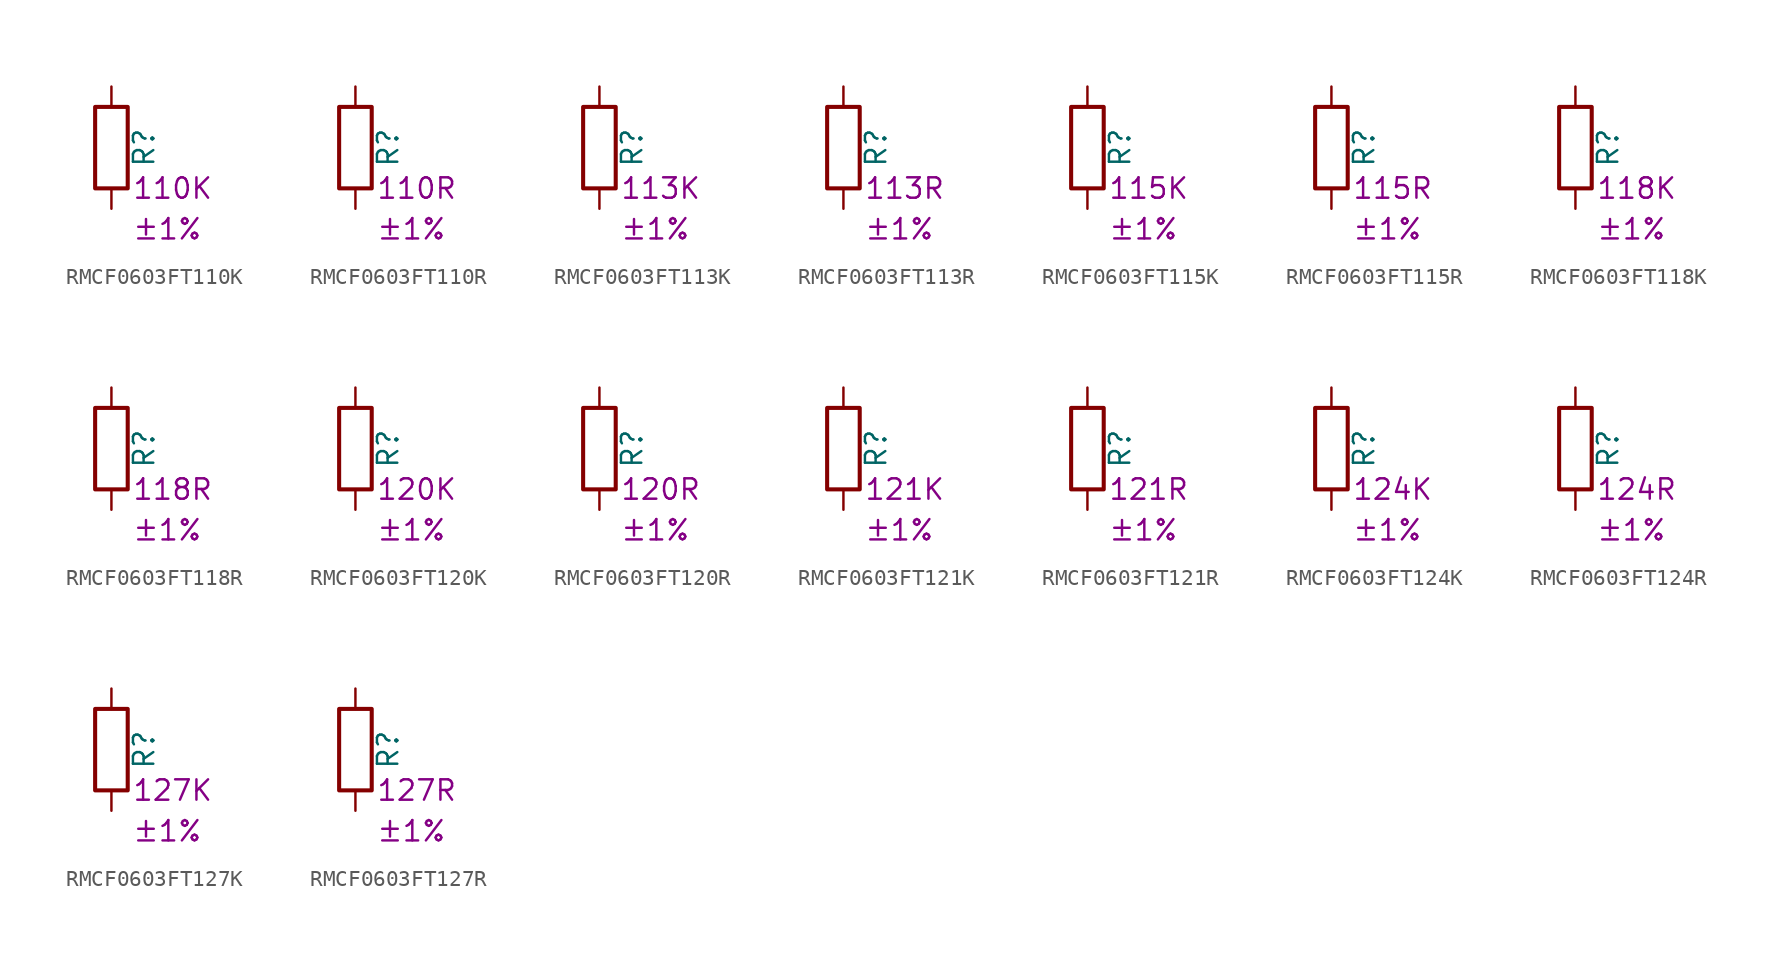
<source format=kicad_sym>
(kicad_symbol_lib
  (version 20220914)
  (generator kicad_symbol_editor)
  (symbol "RMCF0603FT110K"
    (pin_numbers hide)
    (pin_names
      (offset 0))
    (property "Reference" "R"
      (at 2.032 0 90)
      (effects (font (size 1.27 1.27))))
    (property "Resistance" "110K"
      (at 1.27 -2.54 0)
      (effects (font (size 1.27 1.27)) (justify left)))
    (property "Tolerance" "±1%"
      (at 1.27 -5.08 0)
      (effects (font (size 1.27 1.27)) (justify left)))
    (symbol "RMCF0603FT110K_0_1"
      (rectangle (start -1.016 -2.54) (end 1.016 2.54) (stroke (width 0.254) (type default)) (fill (type none))))
    (symbol "RMCF0603FT110K_1_1"
      (pin passive line (at 0 3.81 270) (length 1.27) (name "~" (effects (font (size 1.27 1.27)))) (number "1" (effects (font (size 1.27 1.27)))))
      (pin passive line (at 0 -3.81 90) (length 1.27) (name "~" (effects (font (size 1.27 1.27)))) (number "2" (effects (font (size 1.27 1.27)))))))
  (symbol "RMCF0603FT110R"
    (pin_numbers hide)
    (pin_names
      (offset 0))
    (property "Reference" "R"
      (at 2.032 0 90)
      (effects (font (size 1.27 1.27))))
    (property "Resistance" "110R"
      (at 1.27 -2.54 0)
      (effects (font (size 1.27 1.27)) (justify left)))
    (property "Tolerance" "±1%"
      (at 1.27 -5.08 0)
      (effects (font (size 1.27 1.27)) (justify left)))
    (symbol "RMCF0603FT110R_0_1"
      (rectangle (start -1.016 -2.54) (end 1.016 2.54) (stroke (width 0.254) (type default)) (fill (type none))))
    (symbol "RMCF0603FT110R_1_1"
      (pin passive line (at 0 3.81 270) (length 1.27) (name "~" (effects (font (size 1.27 1.27)))) (number "1" (effects (font (size 1.27 1.27)))))
      (pin passive line (at 0 -3.81 90) (length 1.27) (name "~" (effects (font (size 1.27 1.27)))) (number "2" (effects (font (size 1.27 1.27)))))))
  (symbol "RMCF0603FT113K"
    (pin_numbers hide)
    (pin_names
      (offset 0))
    (property "Reference" "R"
      (at 2.032 0 90)
      (effects (font (size 1.27 1.27))))
    (property "Resistance" "113K"
      (at 1.27 -2.54 0)
      (effects (font (size 1.27 1.27)) (justify left)))
    (property "Tolerance" "±1%"
      (at 1.27 -5.08 0)
      (effects (font (size 1.27 1.27)) (justify left)))
    (symbol "RMCF0603FT113K_0_1"
      (rectangle (start -1.016 -2.54) (end 1.016 2.54) (stroke (width 0.254) (type default)) (fill (type none))))
    (symbol "RMCF0603FT113K_1_1"
      (pin passive line (at 0 3.81 270) (length 1.27) (name "~" (effects (font (size 1.27 1.27)))) (number "1" (effects (font (size 1.27 1.27)))))
      (pin passive line (at 0 -3.81 90) (length 1.27) (name "~" (effects (font (size 1.27 1.27)))) (number "2" (effects (font (size 1.27 1.27)))))))
  (symbol "RMCF0603FT113R"
    (pin_numbers hide)
    (pin_names
      (offset 0))
    (property "Reference" "R"
      (at 2.032 0 90)
      (effects (font (size 1.27 1.27))))
    (property "Resistance" "113R"
      (at 1.27 -2.54 0)
      (effects (font (size 1.27 1.27)) (justify left)))
    (property "Tolerance" "±1%"
      (at 1.27 -5.08 0)
      (effects (font (size 1.27 1.27)) (justify left)))
    (symbol "RMCF0603FT113R_0_1"
      (rectangle (start -1.016 -2.54) (end 1.016 2.54) (stroke (width 0.254) (type default)) (fill (type none))))
    (symbol "RMCF0603FT113R_1_1"
      (pin passive line (at 0 3.81 270) (length 1.27) (name "~" (effects (font (size 1.27 1.27)))) (number "1" (effects (font (size 1.27 1.27)))))
      (pin passive line (at 0 -3.81 90) (length 1.27) (name "~" (effects (font (size 1.27 1.27)))) (number "2" (effects (font (size 1.27 1.27)))))))
  (symbol "RMCF0603FT115K"
    (pin_numbers hide)
    (pin_names
      (offset 0))
    (property "Reference" "R"
      (at 2.032 0 90)
      (effects (font (size 1.27 1.27))))
    (property "Resistance" "115K"
      (at 1.27 -2.54 0)
      (effects (font (size 1.27 1.27)) (justify left)))
    (property "Tolerance" "±1%"
      (at 1.27 -5.08 0)
      (effects (font (size 1.27 1.27)) (justify left)))
    (symbol "RMCF0603FT115K_0_1"
      (rectangle (start -1.016 -2.54) (end 1.016 2.54) (stroke (width 0.254) (type default)) (fill (type none))))
    (symbol "RMCF0603FT115K_1_1"
      (pin passive line (at 0 3.81 270) (length 1.27) (name "~" (effects (font (size 1.27 1.27)))) (number "1" (effects (font (size 1.27 1.27)))))
      (pin passive line (at 0 -3.81 90) (length 1.27) (name "~" (effects (font (size 1.27 1.27)))) (number "2" (effects (font (size 1.27 1.27)))))))
  (symbol "RMCF0603FT115R"
    (pin_numbers hide)
    (pin_names
      (offset 0))
    (property "Reference" "R"
      (at 2.032 0 90)
      (effects (font (size 1.27 1.27))))
    (property "Resistance" "115R"
      (at 1.27 -2.54 0)
      (effects (font (size 1.27 1.27)) (justify left)))
    (property "Tolerance" "±1%"
      (at 1.27 -5.08 0)
      (effects (font (size 1.27 1.27)) (justify left)))
    (symbol "RMCF0603FT115R_0_1"
      (rectangle (start -1.016 -2.54) (end 1.016 2.54) (stroke (width 0.254) (type default)) (fill (type none))))
    (symbol "RMCF0603FT115R_1_1"
      (pin passive line (at 0 3.81 270) (length 1.27) (name "~" (effects (font (size 1.27 1.27)))) (number "1" (effects (font (size 1.27 1.27)))))
      (pin passive line (at 0 -3.81 90) (length 1.27) (name "~" (effects (font (size 1.27 1.27)))) (number "2" (effects (font (size 1.27 1.27)))))))
  (symbol "RMCF0603FT118K"
    (pin_numbers hide)
    (pin_names
      (offset 0))
    (property "Reference" "R"
      (at 2.032 0 90)
      (effects (font (size 1.27 1.27))))
    (property "Resistance" "118K"
      (at 1.27 -2.54 0)
      (effects (font (size 1.27 1.27)) (justify left)))
    (property "Tolerance" "±1%"
      (at 1.27 -5.08 0)
      (effects (font (size 1.27 1.27)) (justify left)))
    (symbol "RMCF0603FT118K_0_1"
      (rectangle (start -1.016 -2.54) (end 1.016 2.54) (stroke (width 0.254) (type default)) (fill (type none))))
    (symbol "RMCF0603FT118K_1_1"
      (pin passive line (at 0 3.81 270) (length 1.27) (name "~" (effects (font (size 1.27 1.27)))) (number "1" (effects (font (size 1.27 1.27)))))
      (pin passive line (at 0 -3.81 90) (length 1.27) (name "~" (effects (font (size 1.27 1.27)))) (number "2" (effects (font (size 1.27 1.27)))))))
  (symbol "RMCF0603FT118R"
    (pin_numbers hide)
    (pin_names
      (offset 0))
    (property "Reference" "R"
      (at 2.032 0 90)
      (effects (font (size 1.27 1.27))))
    (property "Resistance" "118R"
      (at 1.27 -2.54 0)
      (effects (font (size 1.27 1.27)) (justify left)))
    (property "Tolerance" "±1%"
      (at 1.27 -5.08 0)
      (effects (font (size 1.27 1.27)) (justify left)))
    (symbol "RMCF0603FT118R_0_1"
      (rectangle (start -1.016 -2.54) (end 1.016 2.54) (stroke (width 0.254) (type default)) (fill (type none))))
    (symbol "RMCF0603FT118R_1_1"
      (pin passive line (at 0 3.81 270) (length 1.27) (name "~" (effects (font (size 1.27 1.27)))) (number "1" (effects (font (size 1.27 1.27)))))
      (pin passive line (at 0 -3.81 90) (length 1.27) (name "~" (effects (font (size 1.27 1.27)))) (number "2" (effects (font (size 1.27 1.27)))))))
  (symbol "RMCF0603FT120K"
    (pin_numbers hide)
    (pin_names
      (offset 0))
    (property "Reference" "R"
      (at 2.032 0 90)
      (effects (font (size 1.27 1.27))))
    (property "Resistance" "120K"
      (at 1.27 -2.54 0)
      (effects (font (size 1.27 1.27)) (justify left)))
    (property "Tolerance" "±1%"
      (at 1.27 -5.08 0)
      (effects (font (size 1.27 1.27)) (justify left)))
    (symbol "RMCF0603FT120K_0_1"
      (rectangle (start -1.016 -2.54) (end 1.016 2.54) (stroke (width 0.254) (type default)) (fill (type none))))
    (symbol "RMCF0603FT120K_1_1"
      (pin passive line (at 0 3.81 270) (length 1.27) (name "~" (effects (font (size 1.27 1.27)))) (number "1" (effects (font (size 1.27 1.27)))))
      (pin passive line (at 0 -3.81 90) (length 1.27) (name "~" (effects (font (size 1.27 1.27)))) (number "2" (effects (font (size 1.27 1.27)))))))
  (symbol "RMCF0603FT120R"
    (pin_numbers hide)
    (pin_names
      (offset 0))
    (property "Reference" "R"
      (at 2.032 0 90)
      (effects (font (size 1.27 1.27))))
    (property "Resistance" "120R"
      (at 1.27 -2.54 0)
      (effects (font (size 1.27 1.27)) (justify left)))
    (property "Tolerance" "±1%"
      (at 1.27 -5.08 0)
      (effects (font (size 1.27 1.27)) (justify left)))
    (symbol "RMCF0603FT120R_0_1"
      (rectangle (start -1.016 -2.54) (end 1.016 2.54) (stroke (width 0.254) (type default)) (fill (type none))))
    (symbol "RMCF0603FT120R_1_1"
      (pin passive line (at 0 3.81 270) (length 1.27) (name "~" (effects (font (size 1.27 1.27)))) (number "1" (effects (font (size 1.27 1.27)))))
      (pin passive line (at 0 -3.81 90) (length 1.27) (name "~" (effects (font (size 1.27 1.27)))) (number "2" (effects (font (size 1.27 1.27)))))))
  (symbol "RMCF0603FT121K"
    (pin_numbers hide)
    (pin_names
      (offset 0))
    (property "Reference" "R"
      (at 2.032 0 90)
      (effects (font (size 1.27 1.27))))
    (property "Resistance" "121K"
      (at 1.27 -2.54 0)
      (effects (font (size 1.27 1.27)) (justify left)))
    (property "Tolerance" "±1%"
      (at 1.27 -5.08 0)
      (effects (font (size 1.27 1.27)) (justify left)))
    (symbol "RMCF0603FT121K_0_1"
      (rectangle (start -1.016 -2.54) (end 1.016 2.54) (stroke (width 0.254) (type default)) (fill (type none))))
    (symbol "RMCF0603FT121K_1_1"
      (pin passive line (at 0 3.81 270) (length 1.27) (name "~" (effects (font (size 1.27 1.27)))) (number "1" (effects (font (size 1.27 1.27)))))
      (pin passive line (at 0 -3.81 90) (length 1.27) (name "~" (effects (font (size 1.27 1.27)))) (number "2" (effects (font (size 1.27 1.27)))))))
  (symbol "RMCF0603FT121R"
    (pin_numbers hide)
    (pin_names
      (offset 0))
    (property "Reference" "R"
      (at 2.032 0 90)
      (effects (font (size 1.27 1.27))))
    (property "Resistance" "121R"
      (at 1.27 -2.54 0)
      (effects (font (size 1.27 1.27)) (justify left)))
    (property "Tolerance" "±1%"
      (at 1.27 -5.08 0)
      (effects (font (size 1.27 1.27)) (justify left)))
    (symbol "RMCF0603FT121R_0_1"
      (rectangle (start -1.016 -2.54) (end 1.016 2.54) (stroke (width 0.254) (type default)) (fill (type none))))
    (symbol "RMCF0603FT121R_1_1"
      (pin passive line (at 0 3.81 270) (length 1.27) (name "~" (effects (font (size 1.27 1.27)))) (number "1" (effects (font (size 1.27 1.27)))))
      (pin passive line (at 0 -3.81 90) (length 1.27) (name "~" (effects (font (size 1.27 1.27)))) (number "2" (effects (font (size 1.27 1.27)))))))
  (symbol "RMCF0603FT124K"
    (pin_numbers hide)
    (pin_names
      (offset 0))
    (property "Reference" "R"
      (at 2.032 0 90)
      (effects (font (size 1.27 1.27))))
    (property "Resistance" "124K"
      (at 1.27 -2.54 0)
      (effects (font (size 1.27 1.27)) (justify left)))
    (property "Tolerance" "±1%"
      (at 1.27 -5.08 0)
      (effects (font (size 1.27 1.27)) (justify left)))
    (symbol "RMCF0603FT124K_0_1"
      (rectangle (start -1.016 -2.54) (end 1.016 2.54) (stroke (width 0.254) (type default)) (fill (type none))))
    (symbol "RMCF0603FT124K_1_1"
      (pin passive line (at 0 3.81 270) (length 1.27) (name "~" (effects (font (size 1.27 1.27)))) (number "1" (effects (font (size 1.27 1.27)))))
      (pin passive line (at 0 -3.81 90) (length 1.27) (name "~" (effects (font (size 1.27 1.27)))) (number "2" (effects (font (size 1.27 1.27)))))))
  (symbol "RMCF0603FT124R"
    (pin_numbers hide)
    (pin_names
      (offset 0))
    (property "Reference" "R"
      (at 2.032 0 90)
      (effects (font (size 1.27 1.27))))
    (property "Resistance" "124R"
      (at 1.27 -2.54 0)
      (effects (font (size 1.27 1.27)) (justify left)))
    (property "Tolerance" "±1%"
      (at 1.27 -5.08 0)
      (effects (font (size 1.27 1.27)) (justify left)))
    (symbol "RMCF0603FT124R_0_1"
      (rectangle (start -1.016 -2.54) (end 1.016 2.54) (stroke (width 0.254) (type default)) (fill (type none))))
    (symbol "RMCF0603FT124R_1_1"
      (pin passive line (at 0 3.81 270) (length 1.27) (name "~" (effects (font (size 1.27 1.27)))) (number "1" (effects (font (size 1.27 1.27)))))
      (pin passive line (at 0 -3.81 90) (length 1.27) (name "~" (effects (font (size 1.27 1.27)))) (number "2" (effects (font (size 1.27 1.27)))))))
  (symbol "RMCF0603FT127K"
    (pin_numbers hide)
    (pin_names
      (offset 0))
    (property "Reference" "R"
      (at 2.032 0 90)
      (effects (font (size 1.27 1.27))))
    (property "Resistance" "127K"
      (at 1.27 -2.54 0)
      (effects (font (size 1.27 1.27)) (justify left)))
    (property "Tolerance" "±1%"
      (at 1.27 -5.08 0)
      (effects (font (size 1.27 1.27)) (justify left)))
    (symbol "RMCF0603FT127K_0_1"
      (rectangle (start -1.016 -2.54) (end 1.016 2.54) (stroke (width 0.254) (type default)) (fill (type none))))
    (symbol "RMCF0603FT127K_1_1"
      (pin passive line (at 0 3.81 270) (length 1.27) (name "~" (effects (font (size 1.27 1.27)))) (number "1" (effects (font (size 1.27 1.27)))))
      (pin passive line (at 0 -3.81 90) (length 1.27) (name "~" (effects (font (size 1.27 1.27)))) (number "2" (effects (font (size 1.27 1.27)))))))
  (symbol "RMCF0603FT127R"
    (pin_numbers hide)
    (pin_names
      (offset 0))
    (property "Reference" "R"
      (at 2.032 0 90)
      (effects (font (size 1.27 1.27))))
    (property "Resistance" "127R"
      (at 1.27 -2.54 0)
      (effects (font (size 1.27 1.27)) (justify left)))
    (property "Tolerance" "±1%"
      (at 1.27 -5.08 0)
      (effects (font (size 1.27 1.27)) (justify left)))
    (symbol "RMCF0603FT127R_0_1"
      (rectangle (start -1.016 -2.54) (end 1.016 2.54) (stroke (width 0.254) (type default)) (fill (type none))))
    (symbol "RMCF0603FT127R_1_1"
      (pin passive line (at 0 3.81 270) (length 1.27) (name "~" (effects (font (size 1.27 1.27)))) (number "1" (effects (font (size 1.27 1.27)))))
      (pin passive line (at 0 -3.81 90) (length 1.27) (name "~" (effects (font (size 1.27 1.27)))) (number "2" (effects (font (size 1.27 1.27))))))))
</source>
